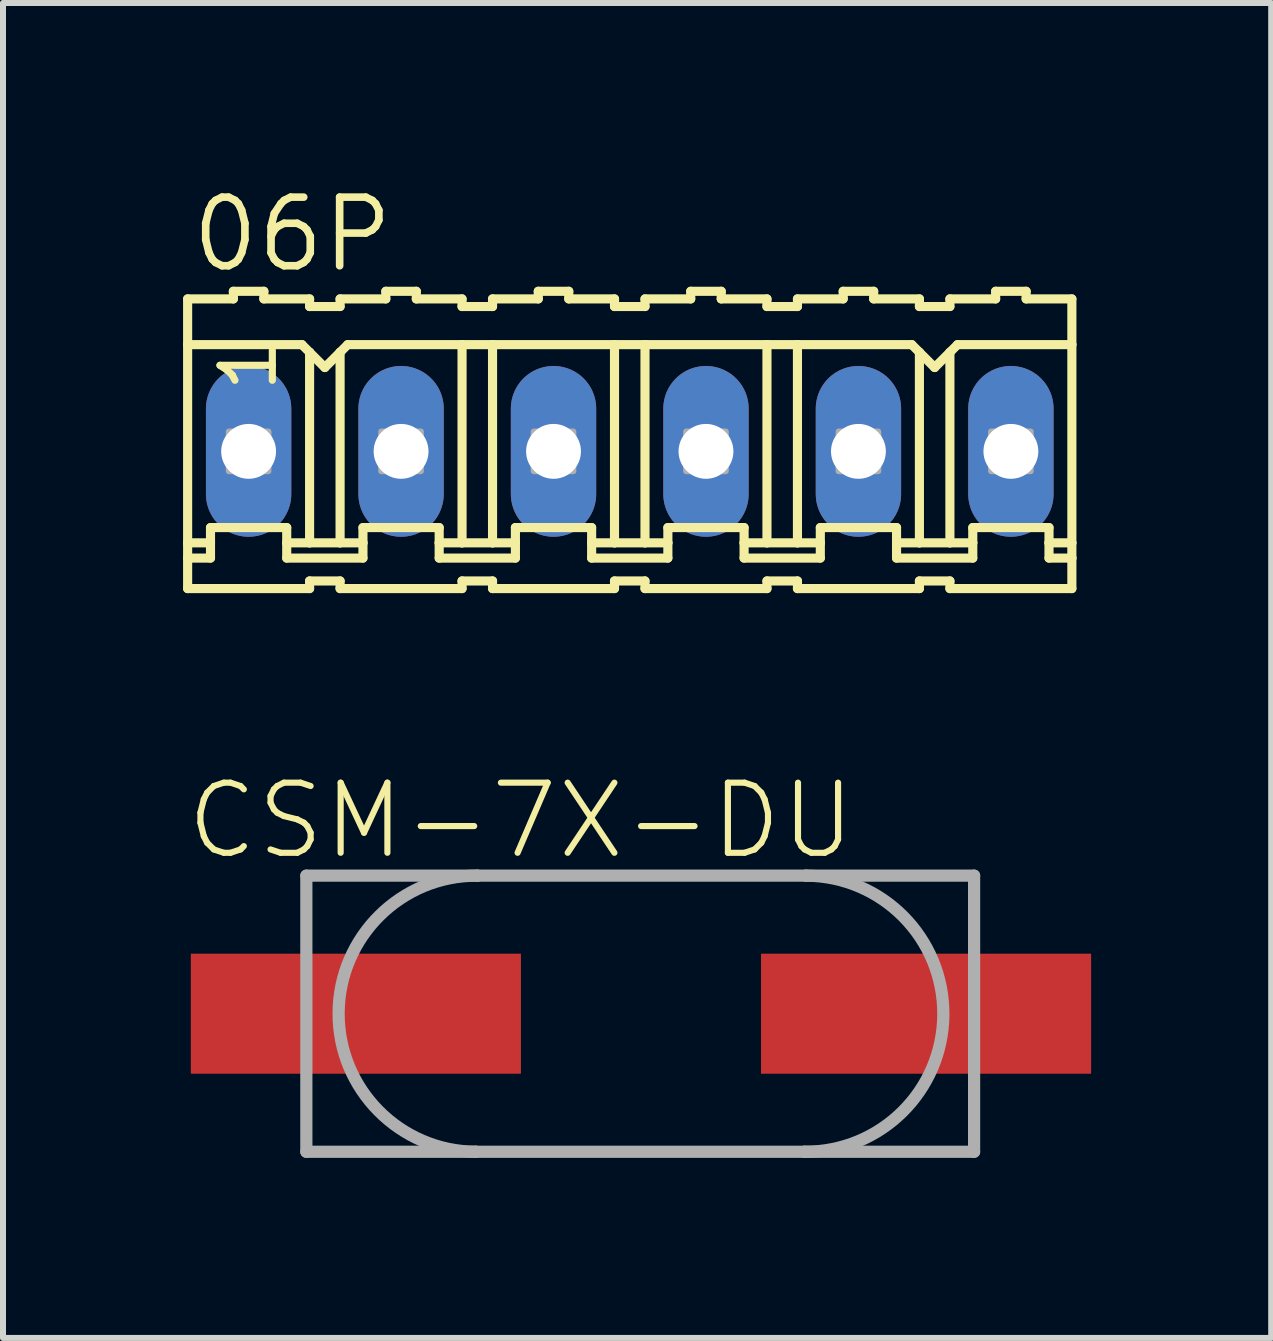
<source format=kicad_pcb>
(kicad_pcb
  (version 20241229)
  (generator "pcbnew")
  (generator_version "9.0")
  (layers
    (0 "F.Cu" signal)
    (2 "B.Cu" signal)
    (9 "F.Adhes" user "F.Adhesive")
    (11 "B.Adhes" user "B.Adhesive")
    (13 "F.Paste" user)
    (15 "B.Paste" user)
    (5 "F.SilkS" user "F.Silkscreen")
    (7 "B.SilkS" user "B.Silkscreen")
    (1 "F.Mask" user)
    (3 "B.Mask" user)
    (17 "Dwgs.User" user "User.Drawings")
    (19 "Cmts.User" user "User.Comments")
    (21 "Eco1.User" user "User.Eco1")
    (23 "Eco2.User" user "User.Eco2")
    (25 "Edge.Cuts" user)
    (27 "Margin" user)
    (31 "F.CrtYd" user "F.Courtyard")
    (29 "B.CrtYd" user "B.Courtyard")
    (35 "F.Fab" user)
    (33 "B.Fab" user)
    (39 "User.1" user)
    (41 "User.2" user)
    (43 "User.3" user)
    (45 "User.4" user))
  (footprint "06P"
    (layer "F.Cu")
    (at 7.442 4.47)
    (property "Reference" "06P" (at -7.366 -2.946 0) (layer "F.SilkS") (effects (font (size 1.143 1.143) (thickness 0.127)) (justify left bottom)))
    (fp_line (start -7.366 -2.54) (end -7.366 -1.778) (stroke (width 0.152) (type solid)) (layer "F.SilkS"))
    (fp_line (start -7.366 -2.54) (end -6.604 -2.54) (stroke (width 0.152) (type solid)) (layer "F.SilkS"))
    (fp_line (start -7.366 -1.778) (end -7.366 1.524) (stroke (width 0.152) (type solid)) (layer "F.SilkS"))
    (fp_line (start -7.366 1.524) (end -7.366 1.778) (stroke (width 0.152) (type solid)) (layer "F.SilkS"))
    (fp_line (start -7.366 1.778) (end -7.366 2.286) (stroke (width 0.152) (type solid)) (layer "F.SilkS"))
    (fp_line (start -7.366 1.778) (end -6.985 1.778) (stroke (width 0.152) (type solid)) (layer "F.SilkS"))
    (fp_line (start -6.985 1.27) (end -5.715 1.27) (stroke (width 0.152) (type solid)) (layer "F.SilkS"))
    (fp_line (start -6.985 1.524) (end -7.366 1.524) (stroke (width 0.152) (type solid)) (layer "F.SilkS"))
    (fp_line (start -6.985 1.524) (end -6.985 1.27) (stroke (width 0.152) (type solid)) (layer "F.SilkS"))
    (fp_line (start -6.985 1.778) (end -6.985 1.524) (stroke (width 0.152) (type solid)) (layer "F.SilkS"))
    (fp_line (start -6.604 -2.54) (end -6.604 -2.667) (stroke (width 0.152) (type solid)) (layer "F.SilkS"))
    (fp_line (start -6.096 -2.667) (end -6.604 -2.667) (stroke (width 0.152) (type solid)) (layer "F.SilkS"))
    (fp_line (start -6.096 -2.54) (end -6.096 -2.667) (stroke (width 0.152) (type solid)) (layer "F.SilkS"))
    (fp_line (start -5.715 1.524) (end -5.715 1.27) (stroke (width 0.152) (type solid)) (layer "F.SilkS"))
    (fp_line (start -5.715 1.524) (end -5.334 1.524) (stroke (width 0.152) (type solid)) (layer "F.SilkS"))
    (fp_line (start -5.715 1.778) (end -5.715 1.524) (stroke (width 0.152) (type solid)) (layer "F.SilkS"))
    (fp_line (start -5.461 -1.778) (end -7.366 -1.778) (stroke (width 0.152) (type solid)) (layer "F.SilkS"))
    (fp_line (start -5.461 -1.778) (end -5.334 -1.651) (stroke (width 0.152) (type solid)) (layer "F.SilkS"))
    (fp_line (start -5.334 -2.54) (end -6.096 -2.54) (stroke (width 0.152) (type solid)) (layer "F.SilkS"))
    (fp_line (start -5.334 -2.413) (end -5.334 -2.54) (stroke (width 0.152) (type solid)) (layer "F.SilkS"))
    (fp_line (start -5.334 -2.413) (end -4.826 -2.413) (stroke (width 0.152) (type solid)) (layer "F.SilkS"))
    (fp_line (start -5.334 -1.651) (end -5.334 1.524) (stroke (width 0.152) (type solid)) (layer "F.SilkS"))
    (fp_line (start -5.334 -1.651) (end -5.08 -1.397) (stroke (width 0.152) (type solid)) (layer "F.SilkS"))
    (fp_line (start -5.334 1.524) (end -4.826 1.524) (stroke (width 0.152) (type solid)) (layer "F.SilkS"))
    (fp_line (start -5.334 2.159) (end -5.334 2.286) (stroke (width 0.152) (type solid)) (layer "F.SilkS"))
    (fp_line (start -5.334 2.286) (end -7.366 2.286) (stroke (width 0.152) (type solid)) (layer "F.SilkS"))
    (fp_line (start -5.08 -1.397) (end -4.826 -1.651) (stroke (width 0.152) (type solid)) (layer "F.SilkS"))
    (fp_line (start -4.826 -2.54) (end -4.064 -2.54) (stroke (width 0.152) (type solid)) (layer "F.SilkS"))
    (fp_line (start -4.826 -2.413) (end -4.826 -2.54) (stroke (width 0.152) (type solid)) (layer "F.SilkS"))
    (fp_line (start -4.826 -1.651) (end -4.826 1.524) (stroke (width 0.152) (type solid)) (layer "F.SilkS"))
    (fp_line (start -4.826 -1.651) (end -4.699 -1.778) (stroke (width 0.152) (type solid)) (layer "F.SilkS"))
    (fp_line (start -4.826 1.524) (end -4.445 1.524) (stroke (width 0.152) (type solid)) (layer "F.SilkS"))
    (fp_line (start -4.826 2.159) (end -5.334 2.159) (stroke (width 0.152) (type solid)) (layer "F.SilkS"))
    (fp_line (start -4.826 2.159) (end -4.826 2.286) (stroke (width 0.152) (type solid)) (layer "F.SilkS"))
    (fp_line (start -4.826 2.286) (end -2.794 2.286) (stroke (width 0.152) (type solid)) (layer "F.SilkS"))
    (fp_line (start -4.699 -1.778) (end -2.794 -1.778) (stroke (width 0.152) (type solid)) (layer "F.SilkS"))
    (fp_line (start -4.445 1.27) (end -3.175 1.27) (stroke (width 0.152) (type solid)) (layer "F.SilkS"))
    (fp_line (start -4.445 1.524) (end -4.445 1.27) (stroke (width 0.152) (type solid)) (layer "F.SilkS"))
    (fp_line (start -4.445 1.778) (end -5.715 1.778) (stroke (width 0.152) (type solid)) (layer "F.SilkS"))
    (fp_line (start -4.445 1.778) (end -4.445 1.524) (stroke (width 0.152) (type solid)) (layer "F.SilkS"))
    (fp_line (start -4.064 -2.54) (end -4.064 -2.667) (stroke (width 0.152) (type solid)) (layer "F.SilkS"))
    (fp_line (start -3.556 -2.667) (end -4.064 -2.667) (stroke (width 0.152) (type solid)) (layer "F.SilkS"))
    (fp_line (start -3.556 -2.54) (end -3.556 -2.667) (stroke (width 0.152) (type solid)) (layer "F.SilkS"))
    (fp_line (start -3.556 -2.54) (end -2.794 -2.54) (stroke (width 0.152) (type solid)) (layer "F.SilkS"))
    (fp_line (start -3.175 1.524) (end -3.175 1.27) (stroke (width 0.152) (type solid)) (layer "F.SilkS"))
    (fp_line (start -3.175 1.524) (end -2.794 1.524) (stroke (width 0.152) (type solid)) (layer "F.SilkS"))
    (fp_line (start -3.175 1.778) (end -3.175 1.524) (stroke (width 0.152) (type solid)) (layer "F.SilkS"))
    (fp_line (start -3.175 1.778) (end -1.905 1.778) (stroke (width 0.152) (type solid)) (layer "F.SilkS"))
    (fp_line (start -2.794 -2.413) (end -2.794 -2.54) (stroke (width 0.152) (type solid)) (layer "F.SilkS"))
    (fp_line (start -2.794 -1.778) (end -2.794 1.524) (stroke (width 0.152) (type solid)) (layer "F.SilkS"))
    (fp_line (start -2.794 -1.778) (end -2.286 -1.778) (stroke (width 0.152) (type solid)) (layer "F.SilkS"))
    (fp_line (start -2.794 1.524) (end -2.286 1.524) (stroke (width 0.152) (type solid)) (layer "F.SilkS"))
    (fp_line (start -2.794 2.159) (end -2.794 2.286) (stroke (width 0.152) (type solid)) (layer "F.SilkS"))
    (fp_line (start -2.286 -2.54) (end -1.524 -2.54) (stroke (width 0.152) (type solid)) (layer "F.SilkS"))
    (fp_line (start -2.286 -2.413) (end -2.794 -2.413) (stroke (width 0.152) (type solid)) (layer "F.SilkS"))
    (fp_line (start -2.286 -2.413) (end -2.286 -2.54) (stroke (width 0.152) (type solid)) (layer "F.SilkS"))
    (fp_line (start -2.286 -1.778) (end -2.286 1.524) (stroke (width 0.152) (type solid)) (layer "F.SilkS"))
    (fp_line (start -2.286 -1.778) (end -0.254 -1.778) (stroke (width 0.152) (type solid)) (layer "F.SilkS"))
    (fp_line (start -2.286 1.524) (end -1.905 1.524) (stroke (width 0.152) (type solid)) (layer "F.SilkS"))
    (fp_line (start -2.286 2.159) (end -2.794 2.159) (stroke (width 0.152) (type solid)) (layer "F.SilkS"))
    (fp_line (start -2.286 2.159) (end -2.286 2.286) (stroke (width 0.152) (type solid)) (layer "F.SilkS"))
    (fp_line (start -1.905 1.27) (end -0.635 1.27) (stroke (width 0.152) (type solid)) (layer "F.SilkS"))
    (fp_line (start -1.905 1.524) (end -1.905 1.27) (stroke (width 0.152) (type solid)) (layer "F.SilkS"))
    (fp_line (start -1.905 1.778) (end -1.905 1.524) (stroke (width 0.152) (type solid)) (layer "F.SilkS"))
    (fp_line (start -1.524 -2.54) (end -1.524 -2.667) (stroke (width 0.152) (type solid)) (layer "F.SilkS"))
    (fp_line (start -1.016 -2.667) (end -1.524 -2.667) (stroke (width 0.152) (type solid)) (layer "F.SilkS"))
    (fp_line (start -1.016 -2.54) (end -1.016 -2.667) (stroke (width 0.152) (type solid)) (layer "F.SilkS"))
    (fp_line (start -1.016 -2.54) (end -0.254 -2.54) (stroke (width 0.152) (type solid)) (layer "F.SilkS"))
    (fp_line (start -0.635 1.524) (end -0.635 1.27) (stroke (width 0.152) (type solid)) (layer "F.SilkS"))
    (fp_line (start -0.635 1.524) (end -0.254 1.524) (stroke (width 0.152) (type solid)) (layer "F.SilkS"))
    (fp_line (start -0.635 1.778) (end -0.635 1.524) (stroke (width 0.152) (type solid)) (layer "F.SilkS"))
    (fp_line (start -0.254 -2.54) (end -0.254 -2.413) (stroke (width 0.152) (type solid)) (layer "F.SilkS"))
    (fp_line (start -0.254 -1.778) (end -0.254 1.524) (stroke (width 0.152) (type solid)) (layer "F.SilkS"))
    (fp_line (start -0.254 2.159) (end -0.254 2.286) (stroke (width 0.152) (type solid)) (layer "F.SilkS"))
    (fp_line (start -0.254 2.286) (end -2.286 2.286) (stroke (width 0.152) (type solid)) (layer "F.SilkS"))
    (fp_line (start 0.254 -2.54) (end 0.254 -2.413) (stroke (width 0.152) (type solid)) (layer "F.SilkS"))
    (fp_line (start 0.254 -2.54) (end 1.016 -2.54) (stroke (width 0.152) (type solid)) (layer "F.SilkS"))
    (fp_line (start 0.254 -2.413) (end -0.254 -2.413) (stroke (width 0.152) (type solid)) (layer "F.SilkS"))
    (fp_line (start 0.254 -1.778) (end -0.254 -1.778) (stroke (width 0.152) (type solid)) (layer "F.SilkS"))
    (fp_line (start 0.254 -1.778) (end 0.254 1.524) (stroke (width 0.152) (type solid)) (layer "F.SilkS"))
    (fp_line (start 0.254 -1.778) (end 2.286 -1.778) (stroke (width 0.152) (type solid)) (layer "F.SilkS"))
    (fp_line (start 0.254 1.524) (end -0.254 1.524) (stroke (width 0.152) (type solid)) (layer "F.SilkS"))
    (fp_line (start 0.254 2.159) (end -0.254 2.159) (stroke (width 0.152) (type solid)) (layer "F.SilkS"))
    (fp_line (start 0.254 2.159) (end 0.254 2.286) (stroke (width 0.152) (type solid)) (layer "F.SilkS"))
    (fp_line (start 0.635 1.27) (end 1.905 1.27) (stroke (width 0.152) (type solid)) (layer "F.SilkS"))
    (fp_line (start 0.635 1.524) (end 0.254 1.524) (stroke (width 0.152) (type solid)) (layer "F.SilkS"))
    (fp_line (start 0.635 1.524) (end 0.635 1.27) (stroke (width 0.152) (type solid)) (layer "F.SilkS"))
    (fp_line (start 0.635 1.778) (end -0.635 1.778) (stroke (width 0.152) (type solid)) (layer "F.SilkS"))
    (fp_line (start 0.635 1.778) (end 0.635 1.524) (stroke (width 0.152) (type solid)) (layer "F.SilkS"))
    (fp_line (start 1.016 -2.54) (end 1.016 -2.667) (stroke (width 0.152) (type solid)) (layer "F.SilkS"))
    (fp_line (start 1.524 -2.667) (end 1.016 -2.667) (stroke (width 0.152) (type solid)) (layer "F.SilkS"))
    (fp_line (start 1.524 -2.54) (end 1.524 -2.667) (stroke (width 0.152) (type solid)) (layer "F.SilkS"))
    (fp_line (start 1.905 1.524) (end 1.905 1.27) (stroke (width 0.152) (type solid)) (layer "F.SilkS"))
    (fp_line (start 1.905 1.524) (end 2.286 1.524) (stroke (width 0.152) (type solid)) (layer "F.SilkS"))
    (fp_line (start 1.905 1.778) (end 1.905 1.524) (stroke (width 0.152) (type solid)) (layer "F.SilkS"))
    (fp_line (start 2.286 -2.54) (end 1.524 -2.54) (stroke (width 0.152) (type solid)) (layer "F.SilkS"))
    (fp_line (start 2.286 -2.413) (end 2.286 -2.54) (stroke (width 0.152) (type solid)) (layer "F.SilkS"))
    (fp_line (start 2.286 -2.413) (end 2.794 -2.413) (stroke (width 0.152) (type solid)) (layer "F.SilkS"))
    (fp_line (start 2.286 -1.778) (end 2.286 1.524) (stroke (width 0.152) (type solid)) (layer "F.SilkS"))
    (fp_line (start 2.286 -1.778) (end 2.794 -1.778) (stroke (width 0.152) (type solid)) (layer "F.SilkS"))
    (fp_line (start 2.286 1.524) (end 2.794 1.524) (stroke (width 0.152) (type solid)) (layer "F.SilkS"))
    (fp_line (start 2.286 2.159) (end 2.286 2.286) (stroke (width 0.152) (type solid)) (layer "F.SilkS"))
    (fp_line (start 2.286 2.286) (end 0.254 2.286) (stroke (width 0.152) (type solid)) (layer "F.SilkS"))
    (fp_line (start 2.794 -2.54) (end 3.556 -2.54) (stroke (width 0.152) (type solid)) (layer "F.SilkS"))
    (fp_line (start 2.794 -2.413) (end 2.794 -2.54) (stroke (width 0.152) (type solid)) (layer "F.SilkS"))
    (fp_line (start 2.794 -1.778) (end 2.794 1.524) (stroke (width 0.152) (type solid)) (layer "F.SilkS"))
    (fp_line (start 2.794 -1.778) (end 4.699 -1.778) (stroke (width 0.152) (type solid)) (layer "F.SilkS"))
    (fp_line (start 2.794 1.524) (end 3.175 1.524) (stroke (width 0.152) (type solid)) (layer "F.SilkS"))
    (fp_line (start 2.794 2.159) (end 2.286 2.159) (stroke (width 0.152) (type solid)) (layer "F.SilkS"))
    (fp_line (start 2.794 2.159) (end 2.794 2.286) (stroke (width 0.152) (type solid)) (layer "F.SilkS"))
    (fp_line (start 2.794 2.286) (end 4.826 2.286) (stroke (width 0.152) (type solid)) (layer "F.SilkS"))
    (fp_line (start 3.175 1.27) (end 4.445 1.27) (stroke (width 0.152) (type solid)) (layer "F.SilkS"))
    (fp_line (start 3.175 1.524) (end 3.175 1.27) (stroke (width 0.152) (type solid)) (layer "F.SilkS"))
    (fp_line (start 3.175 1.778) (end 1.905 1.778) (stroke (width 0.152) (type solid)) (layer "F.SilkS"))
    (fp_line (start 3.175 1.778) (end 3.175 1.524) (stroke (width 0.152) (type solid)) (layer "F.SilkS"))
    (fp_line (start 3.556 -2.54) (end 3.556 -2.667) (stroke (width 0.152) (type solid)) (layer "F.SilkS"))
    (fp_line (start 4.064 -2.667) (end 3.556 -2.667) (stroke (width 0.152) (type solid)) (layer "F.SilkS"))
    (fp_line (start 4.064 -2.54) (end 4.064 -2.667) (stroke (width 0.152) (type solid)) (layer "F.SilkS"))
    (fp_line (start 4.064 -2.54) (end 4.826 -2.54) (stroke (width 0.152) (type solid)) (layer "F.SilkS"))
    (fp_line (start 4.445 1.524) (end 4.445 1.27) (stroke (width 0.152) (type solid)) (layer "F.SilkS"))
    (fp_line (start 4.445 1.524) (end 4.826 1.524) (stroke (width 0.152) (type solid)) (layer "F.SilkS"))
    (fp_line (start 4.445 1.778) (end 4.445 1.524) (stroke (width 0.152) (type solid)) (layer "F.SilkS"))
    (fp_line (start 4.445 1.778) (end 5.715 1.778) (stroke (width 0.152) (type solid)) (layer "F.SilkS"))
    (fp_line (start 4.699 -1.778) (end 4.826 -1.651) (stroke (width 0.152) (type solid)) (layer "F.SilkS"))
    (fp_line (start 4.826 -2.413) (end 4.826 -2.54) (stroke (width 0.152) (type solid)) (layer "F.SilkS"))
    (fp_line (start 4.826 -1.651) (end 4.826 1.524) (stroke (width 0.152) (type solid)) (layer "F.SilkS"))
    (fp_line (start 4.826 -1.651) (end 5.08 -1.397) (stroke (width 0.152) (type solid)) (layer "F.SilkS"))
    (fp_line (start 4.826 1.524) (end 5.334 1.524) (stroke (width 0.152) (type solid)) (layer "F.SilkS"))
    (fp_line (start 4.826 2.159) (end 4.826 2.286) (stroke (width 0.152) (type solid)) (layer "F.SilkS"))
    (fp_line (start 5.08 -1.397) (end 5.334 -1.651) (stroke (width 0.152) (type solid)) (layer "F.SilkS"))
    (fp_line (start 5.334 -2.54) (end 6.096 -2.54) (stroke (width 0.152) (type solid)) (layer "F.SilkS"))
    (fp_line (start 5.334 -2.413) (end 4.826 -2.413) (stroke (width 0.152) (type solid)) (layer "F.SilkS"))
    (fp_line (start 5.334 -2.413) (end 5.334 -2.54) (stroke (width 0.152) (type solid)) (layer "F.SilkS"))
    (fp_line (start 5.334 -1.651) (end 5.334 1.524) (stroke (width 0.152) (type solid)) (layer "F.SilkS"))
    (fp_line (start 5.334 -1.651) (end 5.461 -1.778) (stroke (width 0.152) (type solid)) (layer "F.SilkS"))
    (fp_line (start 5.334 1.524) (end 5.715 1.524) (stroke (width 0.152) (type solid)) (layer "F.SilkS"))
    (fp_line (start 5.334 2.159) (end 4.826 2.159) (stroke (width 0.152) (type solid)) (layer "F.SilkS"))
    (fp_line (start 5.334 2.159) (end 5.334 2.286) (stroke (width 0.152) (type solid)) (layer "F.SilkS"))
    (fp_line (start 5.461 -1.778) (end 7.366 -1.778) (stroke (width 0.152) (type solid)) (layer "F.SilkS"))
    (fp_line (start 5.715 1.27) (end 6.985 1.27) (stroke (width 0.152) (type solid)) (layer "F.SilkS"))
    (fp_line (start 5.715 1.524) (end 5.715 1.27) (stroke (width 0.152) (type solid)) (layer "F.SilkS"))
    (fp_line (start 5.715 1.778) (end 5.715 1.524) (stroke (width 0.152) (type solid)) (layer "F.SilkS"))
    (fp_line (start 6.096 -2.54) (end 6.096 -2.667) (stroke (width 0.152) (type solid)) (layer "F.SilkS"))
    (fp_line (start 6.604 -2.667) (end 6.096 -2.667) (stroke (width 0.152) (type solid)) (layer "F.SilkS"))
    (fp_line (start 6.604 -2.54) (end 6.604 -2.667) (stroke (width 0.152) (type solid)) (layer "F.SilkS"))
    (fp_line (start 6.604 -2.54) (end 7.366 -2.54) (stroke (width 0.152) (type solid)) (layer "F.SilkS"))
    (fp_line (start 6.985 1.524) (end 6.985 1.27) (stroke (width 0.152) (type solid)) (layer "F.SilkS"))
    (fp_line (start 6.985 1.524) (end 7.366 1.524) (stroke (width 0.152) (type solid)) (layer "F.SilkS"))
    (fp_line (start 6.985 1.778) (end 6.985 1.524) (stroke (width 0.152) (type solid)) (layer "F.SilkS"))
    (fp_line (start 7.366 -1.778) (end 7.366 -2.54) (stroke (width 0.152) (type solid)) (layer "F.SilkS"))
    (fp_line (start 7.366 -1.778) (end 7.366 1.524) (stroke (width 0.152) (type solid)) (layer "F.SilkS"))
    (fp_line (start 7.366 1.524) (end 7.366 1.778) (stroke (width 0.152) (type solid)) (layer "F.SilkS"))
    (fp_line (start 7.366 1.778) (end 6.985 1.778) (stroke (width 0.152) (type solid)) (layer "F.SilkS"))
    (fp_line (start 7.366 1.778) (end 7.366 2.286) (stroke (width 0.152) (type solid)) (layer "F.SilkS"))
    (fp_line (start 7.366 2.286) (end 5.334 2.286) (stroke (width 0.152) (type solid)) (layer "F.SilkS"))
    (fp_poly (pts (xy -6.68 0.33) (xy -6.02 0.33) (xy -6.02 -0.33) (xy -6.68 -0.33)) (stroke (width 0.1) (type solid)) (fill no) (layer "F.Fab"))
    (fp_poly (pts (xy -4.14 0.33) (xy -3.48 0.33) (xy -3.48 -0.33) (xy -4.14 -0.33)) (stroke (width 0.1) (type solid)) (fill no) (layer "F.Fab"))
    (fp_poly (pts (xy -1.6 0.33) (xy -0.94 0.33) (xy -0.94 -0.33) (xy -1.6 -0.33)) (stroke (width 0.1) (type solid)) (fill no) (layer "F.Fab"))
    (fp_poly (pts (xy 0.94 0.33) (xy 1.6 0.33) (xy 1.6 -0.33) (xy 0.94 -0.33)) (stroke (width 0.1) (type solid)) (fill no) (layer "F.Fab"))
    (fp_poly (pts (xy 3.48 0.33) (xy 4.14 0.33) (xy 4.14 -0.33) (xy 3.48 -0.33)) (stroke (width 0.1) (type solid)) (fill no) (layer "F.Fab"))
    (fp_poly (pts (xy 6.02 0.33) (xy 6.68 0.33) (xy 6.68 -0.33) (xy 6.02 -0.33)) (stroke (width 0.1) (type solid)) (fill no) (layer "F.Fab"))
    (fp_text user "1" (at -5.842 -0.94 90) (layer "F.SilkS") (effects (font (size 0.872 0.872) (thickness 0.119)) (justify left bottom)))
    (pad "1" thru_hole oval (at -6.35 0 90) (size 2.845 1.422) (drill 0.914) (layers "*.Cu" "*.Mask"))
    (pad "2" thru_hole oval (at -3.81 0 90) (size 2.845 1.422) (drill 0.914) (layers "*.Cu" "*.Mask"))
    (pad "3" thru_hole oval (at -1.27 0 90) (size 2.845 1.422) (drill 0.914) (layers "*.Cu" "*.Mask"))
    (pad "4" thru_hole oval (at 1.27 0 90) (size 2.845 1.422) (drill 0.914) (layers "*.Cu" "*.Mask"))
    (pad "5" thru_hole oval (at 3.81 0 90) (size 2.845 1.422) (drill 0.914) (layers "*.Cu" "*.Mask"))
    (pad "6" thru_hole oval (at 6.35 0 90) (size 2.845 1.422) (drill 0.914) (layers "*.Cu" "*.Mask")))
  (footprint "CSM-7X-DU"
    (layer "F.Cu")
    (at 7.629 13.839)
    (property "Reference" "CSM-7X-DU" (at -7.629 -2.533 0) (layer "F.SilkS") (effects (font (size 1.168 1.168) (thickness 0.102)) (justify left bottom)))
    (fp_line (start -5.575 -2.3) (end -2.725 -2.3) (stroke (width 0.203) (type solid)) (layer "F.Fab"))
    (fp_line (start -5.575 2.3) (end -5.575 -2.3) (stroke (width 0.203) (type solid)) (layer "F.Fab"))
    (fp_line (start -2.75 2.3) (end -5.575 2.3) (stroke (width 0.203) (type solid)) (layer "F.Fab"))
    (fp_line (start -2.725 -2.3) (end 2.75 -2.3) (stroke (width 0.203) (type solid)) (layer "F.Fab"))
    (fp_line (start 2.725 2.3) (end -2.75 2.3) (stroke (width 0.203) (type solid)) (layer "F.Fab"))
    (fp_line (start 2.75 -2.3) (end 5.55 -2.3) (stroke (width 0.203) (type solid)) (layer "F.Fab"))
    (fp_line (start 5.55 -2.3) (end 5.55 2.3) (stroke (width 0.203) (type solid)) (layer "F.Fab"))
    (fp_line (start 5.55 2.3) (end 2.725 2.3) (stroke (width 0.203) (type solid)) (layer "F.Fab"))
    (fp_arc (start -2.75 2.3) (mid -5.0375 -0.0125) (end -2.725 -2.3) (stroke (width 0.2032) (type solid)) (layer "F.Fab"))
    (fp_arc (start 2.75 -2.3) (mid 5.0375 0.0125) (end 2.725 2.3) (stroke (width 0.2032) (type solid)) (layer "F.Fab"))
    (pad "1" smd rect (at -4.75 0) (size 5.5 2) (layers "F.Cu" "F.Mask" "F.Paste"))
    (pad "2" smd rect (at 4.75 0) (size 5.5 2) (layers "F.Cu" "F.Mask" "F.Paste")))
  (gr_rect
    (start -3 -3)
    (end 18.129 19.241)
    (stroke (width 0.1) (type default))
    (fill no)
    (layer "Edge.Cuts")))
</source>
